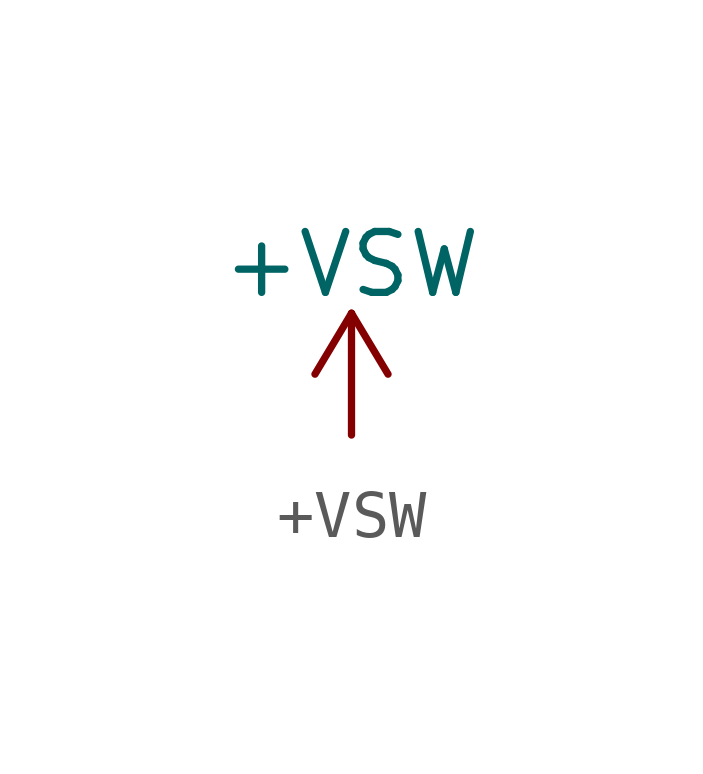
<source format=kicad_sym>
(kicad_symbol_lib
  (version 20231120)
  (generator "kicad_symbol_editor")
  (generator_version "8.0")
  (symbol "+VSW"
    (power)
    (pin_numbers hide)
    (pin_names
      (offset 0) hide)
    (property "Reference" "#PWR"
      (at 0 -3.81 0)
      (effects (font (size 1.27 1.27)) (hide yes)))
    (property "Value" "+VSW"
      (at 0 3.556 0)
      (effects (font (size 1.27 1.27))))
    (symbol "+VSW_0_1"
      (polyline (pts (xy -0.762 1.27) (xy 0 2.54)) (stroke (width 0) (type default)) (fill (type none)))
      (polyline (pts (xy 0 0) (xy 0 2.54)) (stroke (width 0) (type default)) (fill (type none)))
      (polyline (pts (xy 0 2.54) (xy 0.762 1.27)) (stroke (width 0) (type default)) (fill (type none))))
    (symbol "+VSW_1_1"
      (pin power_in line (at 0 0 90) (length 0) hide (name "+VSW" (effects (font (size 1.27 1.27)))) (number "1" (effects (font (size 1.27 1.27))))))))
</source>
